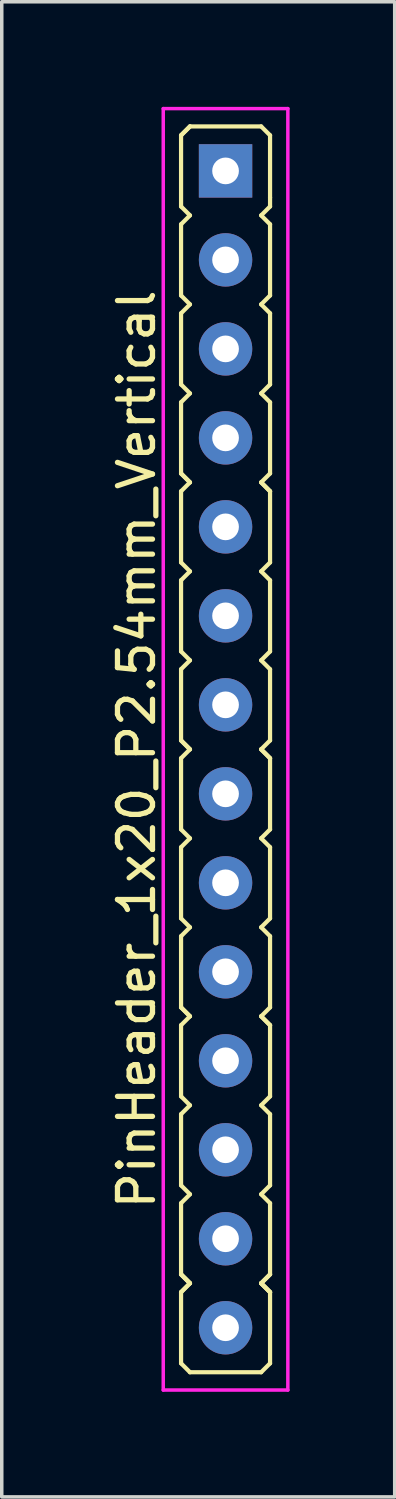
<source format=kicad_pcb>
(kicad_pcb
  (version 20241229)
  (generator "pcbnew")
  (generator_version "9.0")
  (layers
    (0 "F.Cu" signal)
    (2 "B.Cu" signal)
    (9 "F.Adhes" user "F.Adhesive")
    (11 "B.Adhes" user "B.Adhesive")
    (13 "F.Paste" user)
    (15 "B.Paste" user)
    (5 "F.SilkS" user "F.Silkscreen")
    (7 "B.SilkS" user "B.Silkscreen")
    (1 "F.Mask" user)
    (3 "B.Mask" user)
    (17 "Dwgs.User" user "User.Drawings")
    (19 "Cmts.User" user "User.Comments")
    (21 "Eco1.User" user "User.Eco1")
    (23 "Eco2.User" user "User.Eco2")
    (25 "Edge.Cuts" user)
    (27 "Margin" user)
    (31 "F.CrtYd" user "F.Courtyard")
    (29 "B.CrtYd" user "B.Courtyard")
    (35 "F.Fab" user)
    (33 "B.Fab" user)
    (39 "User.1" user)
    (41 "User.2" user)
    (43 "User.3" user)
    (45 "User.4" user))
  (footprint "PinHeader_1x20_P2.54mm_Vertical"
    (layer "F.Cu")
    (at 3.388 18.338)
    (property "Reference" "PinHeader_1x20_P2.54mm_Vertical" (at -2.54 0 90) (layer "F.SilkS") (effects (font (size 1 1) (thickness 0.15))))
    (attr through_hole)
    (fp_line (start -1.27 -17.526) (end -1.016 -17.78) (stroke (width 0.12) (type solid)) (layer "F.SilkS"))
    (fp_line (start -1.27 -17.526) (end -1.016 -17.78) (stroke (width 0.12) (type solid)) (layer "F.SilkS"))
    (fp_line (start -1.27 -15.494) (end -1.27 -17.526) (stroke (width 0.12) (type solid)) (layer "F.SilkS"))
    (fp_line (start -1.27 -14.986) (end -1.016 -15.24) (stroke (width 0.12) (type solid)) (layer "F.SilkS"))
    (fp_line (start -1.27 -12.954) (end -1.27 -14.986) (stroke (width 0.12) (type solid)) (layer "F.SilkS"))
    (fp_line (start -1.27 -12.446) (end -1.016 -12.7) (stroke (width 0.12) (type solid)) (layer "F.SilkS"))
    (fp_line (start -1.27 -10.414) (end -1.27 -12.446) (stroke (width 0.12) (type solid)) (layer "F.SilkS"))
    (fp_line (start -1.27 -9.906) (end -1.016 -10.16) (stroke (width 0.12) (type solid)) (layer "F.SilkS"))
    (fp_line (start -1.27 -7.874) (end -1.27 -9.906) (stroke (width 0.12) (type solid)) (layer "F.SilkS"))
    (fp_line (start -1.27 -7.366) (end -1.016 -7.62) (stroke (width 0.12) (type solid)) (layer "F.SilkS"))
    (fp_line (start -1.27 -5.334) (end -1.27 -7.366) (stroke (width 0.12) (type solid)) (layer "F.SilkS"))
    (fp_line (start -1.27 -4.826) (end -1.016 -5.08) (stroke (width 0.12) (type solid)) (layer "F.SilkS"))
    (fp_line (start -1.27 -2.794) (end -1.27 -4.826) (stroke (width 0.12) (type solid)) (layer "F.SilkS"))
    (fp_line (start -1.27 -2.286) (end -1.016 -2.54) (stroke (width 0.12) (type solid)) (layer "F.SilkS"))
    (fp_line (start -1.27 -0.254) (end -1.27 -2.286) (stroke (width 0.12) (type solid)) (layer "F.SilkS"))
    (fp_line (start -1.27 0.254) (end -1.016 0) (stroke (width 0.12) (type solid)) (layer "F.SilkS"))
    (fp_line (start -1.27 2.286) (end -1.27 0.254) (stroke (width 0.12) (type solid)) (layer "F.SilkS"))
    (fp_line (start -1.27 2.794) (end -1.016 2.54) (stroke (width 0.12) (type solid)) (layer "F.SilkS"))
    (fp_line (start -1.27 4.826) (end -1.27 2.794) (stroke (width 0.12) (type solid)) (layer "F.SilkS"))
    (fp_line (start -1.27 5.334) (end -1.016 5.08) (stroke (width 0.12) (type solid)) (layer "F.SilkS"))
    (fp_line (start -1.27 7.366) (end -1.27 5.334) (stroke (width 0.12) (type solid)) (layer "F.SilkS"))
    (fp_line (start -1.27 7.874) (end -1.016 7.62) (stroke (width 0.12) (type solid)) (layer "F.SilkS"))
    (fp_line (start -1.27 9.906) (end -1.27 7.874) (stroke (width 0.12) (type solid)) (layer "F.SilkS"))
    (fp_line (start -1.27 10.414) (end -1.016 10.16) (stroke (width 0.12) (type solid)) (layer "F.SilkS"))
    (fp_line (start -1.27 12.446) (end -1.27 10.414) (stroke (width 0.12) (type solid)) (layer "F.SilkS"))
    (fp_line (start -1.27 12.954) (end -1.016 12.7) (stroke (width 0.12) (type solid)) (layer "F.SilkS"))
    (fp_line (start -1.27 14.986) (end -1.27 12.954) (stroke (width 0.12) (type solid)) (layer "F.SilkS"))
    (fp_line (start -1.27 15.494) (end -1.016 15.24) (stroke (width 0.12) (type solid)) (layer "F.SilkS"))
    (fp_line (start -1.27 15.494) (end -1.016 15.24) (stroke (width 0.12) (type solid)) (layer "F.SilkS"))
    (fp_line (start -1.27 17.526) (end -1.27 15.494) (stroke (width 0.12) (type solid)) (layer "F.SilkS"))
    (fp_line (start -1.016 -15.24) (end -1.27 -15.494) (stroke (width 0.12) (type solid)) (layer "F.SilkS"))
    (fp_line (start -1.016 -12.7) (end -1.27 -12.954) (stroke (width 0.12) (type solid)) (layer "F.SilkS"))
    (fp_line (start -1.016 -10.16) (end -1.27 -10.414) (stroke (width 0.12) (type solid)) (layer "F.SilkS"))
    (fp_line (start -1.016 -7.62) (end -1.27 -7.874) (stroke (width 0.12) (type solid)) (layer "F.SilkS"))
    (fp_line (start -1.016 -7.62) (end -1.27 -7.874) (stroke (width 0.12) (type solid)) (layer "F.SilkS"))
    (fp_line (start -1.016 -5.08) (end -1.27 -5.334) (stroke (width 0.12) (type solid)) (layer "F.SilkS"))
    (fp_line (start -1.016 -2.54) (end -1.27 -2.794) (stroke (width 0.12) (type solid)) (layer "F.SilkS"))
    (fp_line (start -1.016 0) (end -1.27 -0.254) (stroke (width 0.12) (type solid)) (layer "F.SilkS"))
    (fp_line (start -1.016 0) (end -1.27 -0.254) (stroke (width 0.12) (type solid)) (layer "F.SilkS"))
    (fp_line (start -1.016 2.54) (end -1.27 2.286) (stroke (width 0.12) (type solid)) (layer "F.SilkS"))
    (fp_line (start -1.016 5.08) (end -1.27 4.826) (stroke (width 0.12) (type solid)) (layer "F.SilkS"))
    (fp_line (start -1.016 7.62) (end -1.27 7.366) (stroke (width 0.12) (type solid)) (layer "F.SilkS"))
    (fp_line (start -1.016 7.62) (end -1.27 7.366) (stroke (width 0.12) (type solid)) (layer "F.SilkS"))
    (fp_line (start -1.016 10.16) (end -1.27 9.906) (stroke (width 0.12) (type solid)) (layer "F.SilkS"))
    (fp_line (start -1.016 12.7) (end -1.27 12.446) (stroke (width 0.12) (type solid)) (layer "F.SilkS"))
    (fp_line (start -1.016 15.24) (end -1.27 14.986) (stroke (width 0.12) (type solid)) (layer "F.SilkS"))
    (fp_line (start -1.016 15.24) (end -1.27 14.986) (stroke (width 0.12) (type solid)) (layer "F.SilkS"))
    (fp_line (start -1.016 15.24) (end -1.27 14.986) (stroke (width 0.12) (type solid)) (layer "F.SilkS"))
    (fp_line (start -1.016 17.78) (end -1.27 17.526) (stroke (width 0.12) (type solid)) (layer "F.SilkS"))
    (fp_line (start 1.016 -17.78) (end -1.016 -17.78) (stroke (width 0.12) (type solid)) (layer "F.SilkS"))
    (fp_line (start 1.016 -15.24) (end 1.27 -14.986) (stroke (width 0.12) (type solid)) (layer "F.SilkS"))
    (fp_line (start 1.016 -12.7) (end 1.27 -12.446) (stroke (width 0.12) (type solid)) (layer "F.SilkS"))
    (fp_line (start 1.016 -10.16) (end 1.27 -9.906) (stroke (width 0.12) (type solid)) (layer "F.SilkS"))
    (fp_line (start 1.016 -7.62) (end 1.27 -7.366) (stroke (width 0.12) (type solid)) (layer "F.SilkS"))
    (fp_line (start 1.016 -7.62) (end 1.27 -7.366) (stroke (width 0.12) (type solid)) (layer "F.SilkS"))
    (fp_line (start 1.016 -5.08) (end 1.27 -4.826) (stroke (width 0.12) (type solid)) (layer "F.SilkS"))
    (fp_line (start 1.016 -2.54) (end 1.27 -2.286) (stroke (width 0.12) (type solid)) (layer "F.SilkS"))
    (fp_line (start 1.016 0) (end 1.27 0.254) (stroke (width 0.12) (type solid)) (layer "F.SilkS"))
    (fp_line (start 1.016 0) (end 1.27 0.254) (stroke (width 0.12) (type solid)) (layer "F.SilkS"))
    (fp_line (start 1.016 2.54) (end 1.27 2.794) (stroke (width 0.12) (type solid)) (layer "F.SilkS"))
    (fp_line (start 1.016 5.08) (end 1.27 5.334) (stroke (width 0.12) (type solid)) (layer "F.SilkS"))
    (fp_line (start 1.016 7.62) (end 1.27 7.874) (stroke (width 0.12) (type solid)) (layer "F.SilkS"))
    (fp_line (start 1.016 7.62) (end 1.27 7.874) (stroke (width 0.12) (type solid)) (layer "F.SilkS"))
    (fp_line (start 1.016 10.16) (end 1.27 10.414) (stroke (width 0.12) (type solid)) (layer "F.SilkS"))
    (fp_line (start 1.016 12.7) (end 1.27 12.954) (stroke (width 0.12) (type solid)) (layer "F.SilkS"))
    (fp_line (start 1.016 15.24) (end 1.27 15.494) (stroke (width 0.12) (type solid)) (layer "F.SilkS"))
    (fp_line (start 1.016 15.24) (end 1.27 15.494) (stroke (width 0.12) (type solid)) (layer "F.SilkS"))
    (fp_line (start 1.016 15.24) (end 1.27 15.494) (stroke (width 0.12) (type solid)) (layer "F.SilkS"))
    (fp_line (start 1.016 17.78) (end -1.016 17.78) (stroke (width 0.12) (type solid)) (layer "F.SilkS"))
    (fp_line (start 1.27 -17.526) (end 1.016 -17.78) (stroke (width 0.12) (type solid)) (layer "F.SilkS"))
    (fp_line (start 1.27 -17.526) (end 1.27 -15.748) (stroke (width 0.12) (type solid)) (layer "F.SilkS"))
    (fp_line (start 1.27 -15.748) (end 1.27 -15.494) (stroke (width 0.12) (type solid)) (layer "F.SilkS"))
    (fp_line (start 1.27 -15.494) (end 1.016 -15.24) (stroke (width 0.12) (type solid)) (layer "F.SilkS"))
    (fp_line (start 1.27 -14.986) (end 1.27 -12.954) (stroke (width 0.12) (type solid)) (layer "F.SilkS"))
    (fp_line (start 1.27 -12.954) (end 1.016 -12.7) (stroke (width 0.12) (type solid)) (layer "F.SilkS"))
    (fp_line (start 1.27 -12.446) (end 1.27 -10.414) (stroke (width 0.12) (type solid)) (layer "F.SilkS"))
    (fp_line (start 1.27 -10.414) (end 1.016 -10.16) (stroke (width 0.12) (type solid)) (layer "F.SilkS"))
    (fp_line (start 1.27 -9.906) (end 1.27 -7.874) (stroke (width 0.12) (type solid)) (layer "F.SilkS"))
    (fp_line (start 1.27 -7.874) (end 1.016 -7.62) (stroke (width 0.12) (type solid)) (layer "F.SilkS"))
    (fp_line (start 1.27 -7.366) (end 1.27 -5.334) (stroke (width 0.12) (type solid)) (layer "F.SilkS"))
    (fp_line (start 1.27 -5.334) (end 1.016 -5.08) (stroke (width 0.12) (type solid)) (layer "F.SilkS"))
    (fp_line (start 1.27 -4.826) (end 1.27 -2.794) (stroke (width 0.12) (type solid)) (layer "F.SilkS"))
    (fp_line (start 1.27 -2.794) (end 1.016 -2.54) (stroke (width 0.12) (type solid)) (layer "F.SilkS"))
    (fp_line (start 1.27 -2.286) (end 1.27 -0.254) (stroke (width 0.12) (type solid)) (layer "F.SilkS"))
    (fp_line (start 1.27 -0.254) (end 1.016 0) (stroke (width 0.12) (type solid)) (layer "F.SilkS"))
    (fp_line (start 1.27 0.254) (end 1.27 2.286) (stroke (width 0.12) (type solid)) (layer "F.SilkS"))
    (fp_line (start 1.27 2.286) (end 1.016 2.54) (stroke (width 0.12) (type solid)) (layer "F.SilkS"))
    (fp_line (start 1.27 2.794) (end 1.27 4.826) (stroke (width 0.12) (type solid)) (layer "F.SilkS"))
    (fp_line (start 1.27 4.826) (end 1.016 5.08) (stroke (width 0.12) (type solid)) (layer "F.SilkS"))
    (fp_line (start 1.27 5.334) (end 1.27 7.366) (stroke (width 0.12) (type solid)) (layer "F.SilkS"))
    (fp_line (start 1.27 7.366) (end 1.016 7.62) (stroke (width 0.12) (type solid)) (layer "F.SilkS"))
    (fp_line (start 1.27 7.874) (end 1.27 9.906) (stroke (width 0.12) (type solid)) (layer "F.SilkS"))
    (fp_line (start 1.27 9.906) (end 1.016 10.16) (stroke (width 0.12) (type solid)) (layer "F.SilkS"))
    (fp_line (start 1.27 10.414) (end 1.27 12.446) (stroke (width 0.12) (type solid)) (layer "F.SilkS"))
    (fp_line (start 1.27 12.446) (end 1.016 12.7) (stroke (width 0.12) (type solid)) (layer "F.SilkS"))
    (fp_line (start 1.27 12.954) (end 1.27 14.986) (stroke (width 0.12) (type solid)) (layer "F.SilkS"))
    (fp_line (start 1.27 14.986) (end 1.016 15.24) (stroke (width 0.12) (type solid)) (layer "F.SilkS"))
    (fp_line (start 1.27 14.986) (end 1.016 15.24) (stroke (width 0.12) (type solid)) (layer "F.SilkS"))
    (fp_line (start 1.27 15.494) (end 1.27 17.526) (stroke (width 0.12) (type solid)) (layer "F.SilkS"))
    (fp_line (start 1.27 17.526) (end 1.016 17.78) (stroke (width 0.12) (type solid)) (layer "F.SilkS"))
    (fp_line (start -1.778 18.288) (end -1.778 -18.288) (stroke (width 0.1) (type solid)) (layer "F.CrtYd"))
    (fp_line (start -1.778 18.288) (end 1.778 18.288) (stroke (width 0.1) (type solid)) (layer "F.CrtYd"))
    (fp_line (start 1.778 -18.288) (end -1.778 -18.288) (stroke (width 0.1) (type solid)) (layer "F.CrtYd"))
    (fp_line (start 1.778 -18.288) (end 1.778 18.288) (stroke (width 0.1) (type solid)) (layer "F.CrtYd"))
    (pad "1" thru_hole rect (at 0 -16.51) (size 1.524 1.524) (drill 0.762) (layers "*.Cu" "*.Mask"))
    (pad "2" thru_hole oval (at 0 -13.97) (size 1.524 1.524) (drill 0.762) (layers "*.Cu" "*.Mask"))
    (pad "3" thru_hole oval (at 0 -11.43) (size 1.524 1.524) (drill 0.762) (layers "*.Cu" "*.Mask"))
    (pad "4" thru_hole oval (at 0 -8.89) (size 1.524 1.524) (drill 0.762) (layers "*.Cu" "*.Mask"))
    (pad "5" thru_hole oval (at 0 -6.35) (size 1.524 1.524) (drill 0.762) (layers "*.Cu" "*.Mask"))
    (pad "6" thru_hole oval (at 0 -3.81) (size 1.524 1.524) (drill 0.762) (layers "*.Cu" "*.Mask"))
    (pad "7" thru_hole oval (at 0 -1.27) (size 1.524 1.524) (drill 0.762) (layers "*.Cu" "*.Mask"))
    (pad "8" thru_hole oval (at 0 1.27) (size 1.524 1.524) (drill 0.762) (layers "*.Cu" "*.Mask"))
    (pad "9" thru_hole oval (at 0 3.81) (size 1.524 1.524) (drill 0.762) (layers "*.Cu" "*.Mask"))
    (pad "10" thru_hole oval (at 0 6.35) (size 1.524 1.524) (drill 0.762) (layers "*.Cu" "*.Mask"))
    (pad "11" thru_hole oval (at 0 8.89) (size 1.524 1.524) (drill 0.762) (layers "*.Cu" "*.Mask"))
    (pad "12" thru_hole oval (at 0 11.43) (size 1.524 1.524) (drill 0.762) (layers "*.Cu" "*.Mask"))
    (pad "13" thru_hole oval (at 0 13.97) (size 1.524 1.524) (drill 0.762) (layers "*.Cu" "*.Mask"))
    (pad "14" thru_hole oval (at 0 16.51) (size 1.524 1.524) (drill 0.762) (layers "*.Cu" "*.Mask")))
  (gr_rect
    (start -3 -3)
    (end 8.216 39.676)
    (stroke (width 0.1) (type default))
    (fill no)
    (layer "Edge.Cuts")))
</source>
